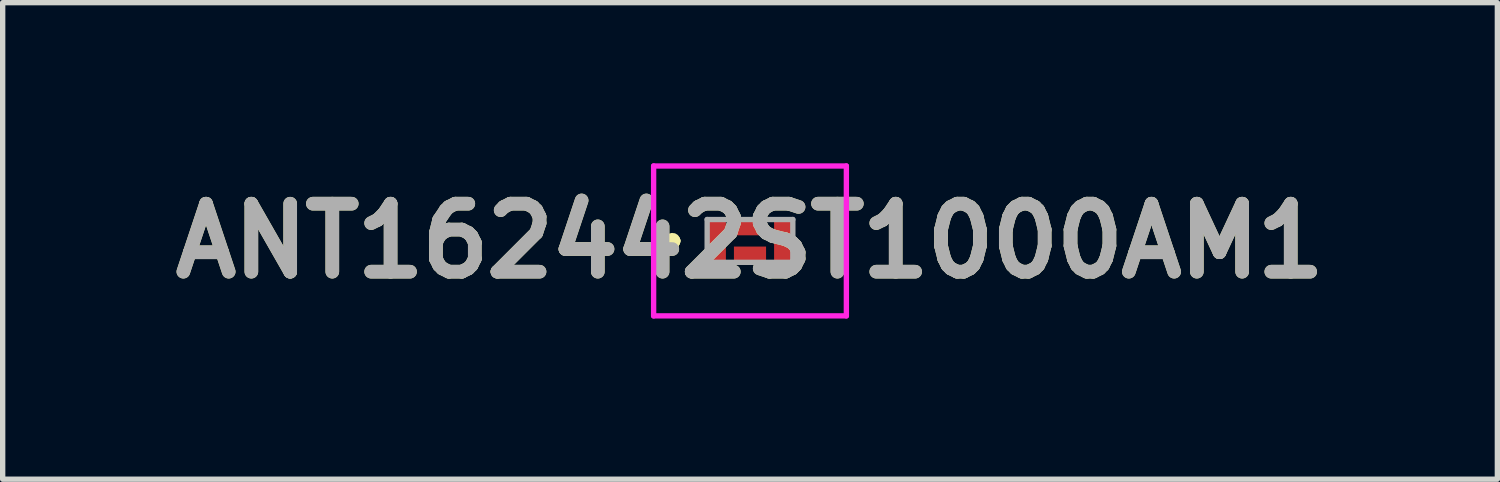
<source format=kicad_pcb>
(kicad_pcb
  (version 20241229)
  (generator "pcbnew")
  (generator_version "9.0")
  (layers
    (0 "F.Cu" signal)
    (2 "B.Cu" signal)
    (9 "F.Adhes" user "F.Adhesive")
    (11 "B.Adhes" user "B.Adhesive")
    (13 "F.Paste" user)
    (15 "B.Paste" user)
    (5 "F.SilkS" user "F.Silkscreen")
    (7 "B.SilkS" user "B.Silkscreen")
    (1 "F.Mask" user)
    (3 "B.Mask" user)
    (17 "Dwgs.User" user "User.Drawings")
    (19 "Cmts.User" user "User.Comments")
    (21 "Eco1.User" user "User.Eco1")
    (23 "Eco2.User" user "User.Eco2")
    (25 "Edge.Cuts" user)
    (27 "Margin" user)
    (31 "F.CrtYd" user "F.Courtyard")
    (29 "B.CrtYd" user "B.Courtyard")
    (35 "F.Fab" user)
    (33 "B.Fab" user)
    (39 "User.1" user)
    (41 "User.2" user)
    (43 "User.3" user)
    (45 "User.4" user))
  (footprint "ANT162442ST1000AM1"
    (layer "F.Cu")
    (at 10.958 1.45)
    (property "Reference" "ANT162442ST1000AM1" (at 0 0 0) (layer "F.SilkS") (effects (font (size 1.27 1.27) (thickness 0.254))))
    (attr smd)
    (fp_line (start -1.5 0) (end -1.5 0) (stroke (width 0.2) (type solid)) (layer "F.SilkS"))
    (fp_line (start -1.5 0) (end -1.5 0) (stroke (width 0.2) (type solid)) (layer "F.SilkS"))
    (fp_line (start -1.4 0) (end -1.4 0) (stroke (width 0.2) (type solid)) (layer "F.SilkS"))
    (fp_arc (start -1.5 0) (mid -1.45 -0.05) (end -1.4 0) (stroke (width 0.2) (type solid)) (layer "F.SilkS"))
    (fp_arc (start -1.4 0) (mid -1.45 0.05) (end -1.5 0) (stroke (width 0.2) (type solid)) (layer "F.SilkS"))
    (fp_arc (start -1.4 0) (mid -1.45 0.05) (end -1.5 0) (stroke (width 0.2) (type solid)) (layer "F.SilkS"))
    (fp_line (start -1.8 -1.4) (end -1.8 1.4) (stroke (width 0.1) (type solid)) (layer "F.CrtYd"))
    (fp_line (start -1.8 1.4) (end 1.8 1.4) (stroke (width 0.1) (type solid)) (layer "F.CrtYd"))
    (fp_line (start 1.8 -1.4) (end -1.8 -1.4) (stroke (width 0.1) (type solid)) (layer "F.CrtYd"))
    (fp_line (start 1.8 1.4) (end 1.8 -1.4) (stroke (width 0.1) (type solid)) (layer "F.CrtYd"))
    (fp_line (start -0.8 -0.4) (end 0.8 -0.4) (stroke (width 0.1) (type solid)) (layer "F.Fab"))
    (fp_line (start -0.8 0.4) (end -0.8 -0.4) (stroke (width 0.1) (type solid)) (layer "F.Fab"))
    (fp_line (start 0.8 -0.4) (end 0.8 0.4) (stroke (width 0.1) (type solid)) (layer "F.Fab"))
    (fp_line (start 0.8 0.4) (end -0.8 0.4) (stroke (width 0.1) (type solid)) (layer "F.Fab"))
    (fp_text user "${REFERENCE}" (at 0 0 0) (layer "F.Fab") (effects (font (size 1.27 1.27) (thickness 0.254))))
    (pad "1" smd rect (at -0.625 0) (size 0.35 0.8) (layers "F.Cu" "F.Mask" "F.Paste"))
    (pad "2" smd rect (at 0 0.235 90) (size 0.26 0.6) (layers "F.Cu" "F.Mask" "F.Paste"))
    (pad "4" smd rect (at 0.625 0) (size 0.35 0.8) (layers "F.Cu" "F.Mask" "F.Paste"))
    (pad "5" smd rect (at 0 -0.235 90) (size 0.26 0.6) (layers "F.Cu" "F.Mask" "F.Paste")))
  (gr_rect
    (start -3 -3)
    (end 24.917 5.9)
    (stroke (width 0.1) (type default))
    (fill no)
    (layer "Edge.Cuts")))
</source>
